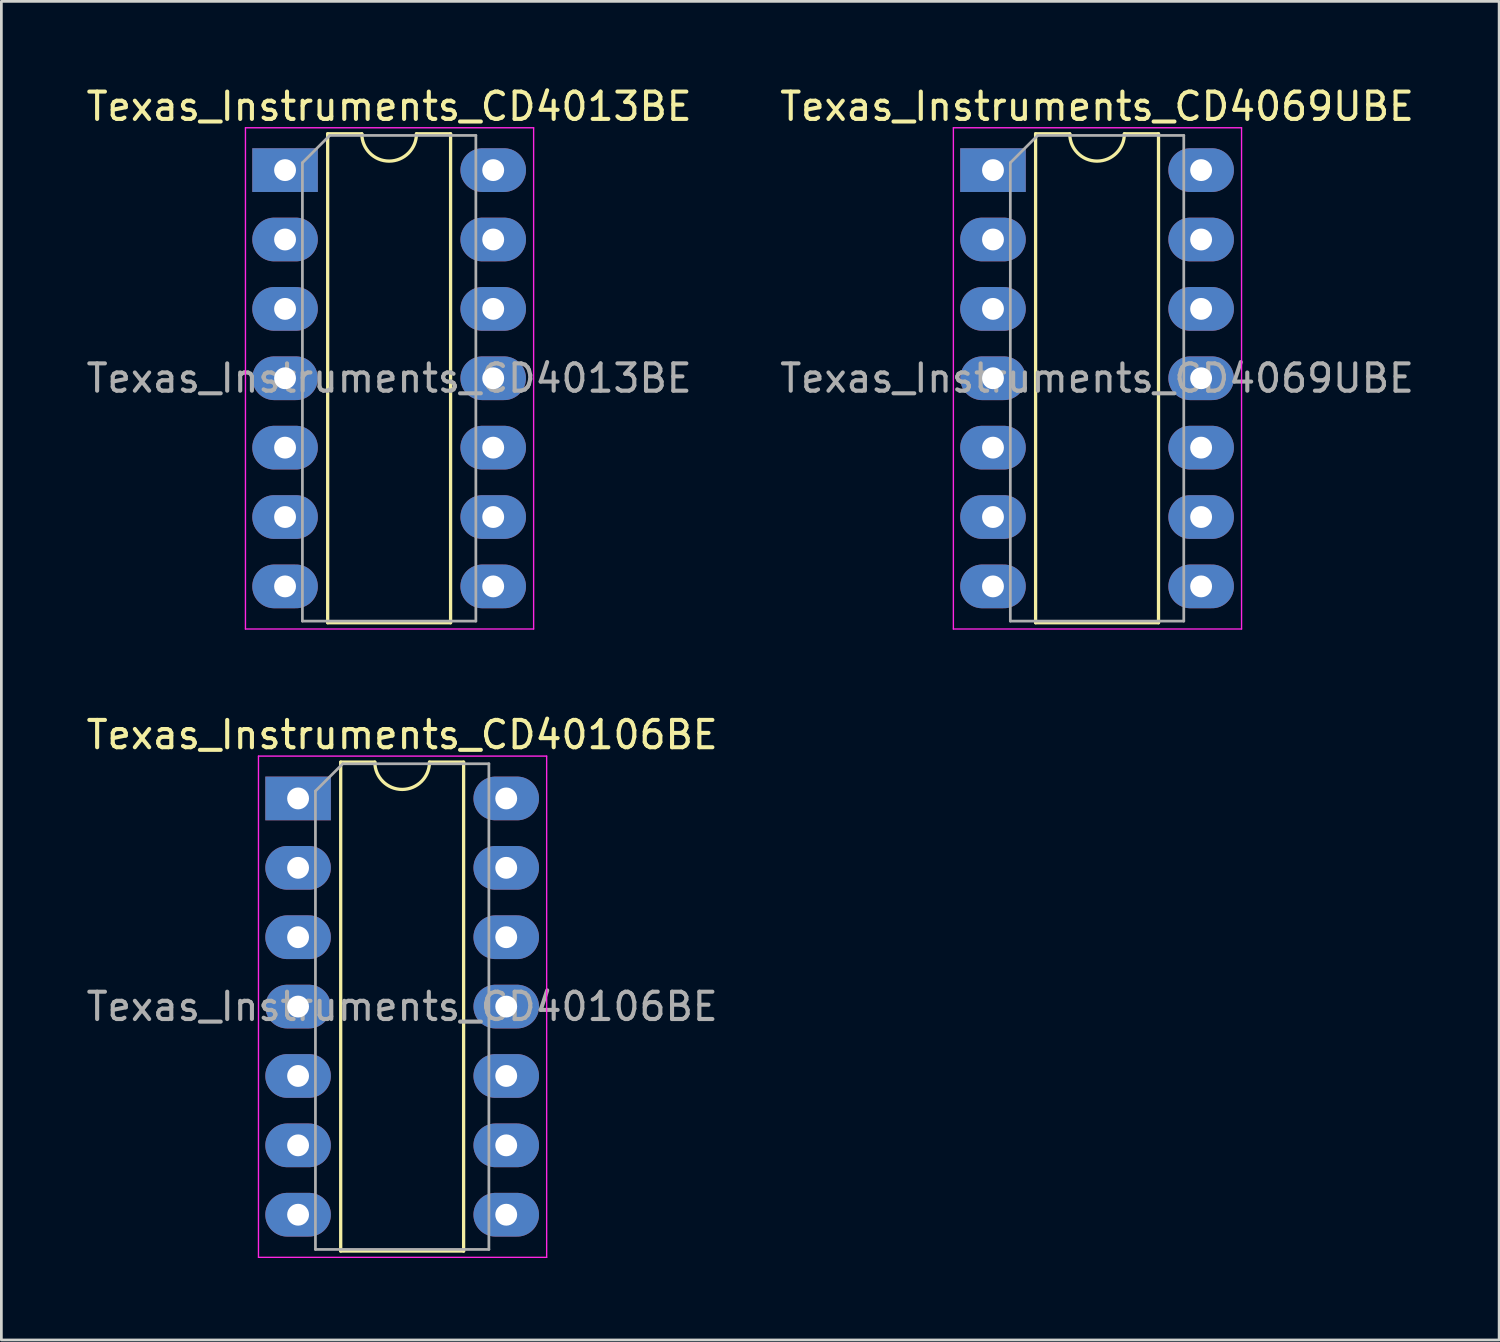
<source format=kicad_pcb>
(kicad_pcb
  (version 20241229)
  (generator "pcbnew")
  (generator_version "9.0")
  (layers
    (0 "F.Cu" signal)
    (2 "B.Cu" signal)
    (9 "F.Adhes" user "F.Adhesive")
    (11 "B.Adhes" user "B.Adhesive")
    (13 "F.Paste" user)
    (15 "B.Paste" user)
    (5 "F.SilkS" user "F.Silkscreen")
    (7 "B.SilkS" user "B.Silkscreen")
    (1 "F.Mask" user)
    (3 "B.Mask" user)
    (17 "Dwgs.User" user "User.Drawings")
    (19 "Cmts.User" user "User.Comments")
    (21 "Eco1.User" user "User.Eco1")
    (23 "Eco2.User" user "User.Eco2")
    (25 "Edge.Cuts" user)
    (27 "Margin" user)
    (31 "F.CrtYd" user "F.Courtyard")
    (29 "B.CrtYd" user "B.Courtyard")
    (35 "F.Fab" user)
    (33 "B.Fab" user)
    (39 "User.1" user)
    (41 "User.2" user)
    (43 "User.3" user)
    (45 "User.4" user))
  (footprint "Texas_Instruments_CD40106BE"
    (layer "F.Cu")
    (at 11.673 33.801)
    (property "Reference" "Texas_Instruments_CD40106BE" (at 0 -9.95 0) (layer "F.SilkS") (effects (font (size 1 1) (thickness 0.15))))
    (attr through_hole)
    (fp_line (start -2.25 -8.95) (end -2.25 8.95) (stroke (width 0.12) (type solid)) (layer "F.SilkS"))
    (fp_line (start -2.25 8.95) (end 2.25 8.95) (stroke (width 0.12) (type solid)) (layer "F.SilkS"))
    (fp_line (start -1 -8.95) (end -2.25 -8.95) (stroke (width 0.12) (type solid)) (layer "F.SilkS"))
    (fp_line (start 2.25 -8.95) (end 1 -8.95) (stroke (width 0.12) (type solid)) (layer "F.SilkS"))
    (fp_line (start 2.25 8.95) (end 2.25 -8.95) (stroke (width 0.12) (type solid)) (layer "F.SilkS"))
    (fp_arc (start 1 -8.95) (mid 0 -7.95) (end -1 -8.95) (stroke (width 0.12) (type solid)) (layer "F.SilkS"))
    (fp_line (start -5.26 -9.17) (end -5.26 9.18) (stroke (width 0.05) (type solid)) (layer "F.CrtYd"))
    (fp_line (start -5.26 9.18) (end 5.29 9.18) (stroke (width 0.05) (type solid)) (layer "F.CrtYd"))
    (fp_line (start 5.29 -9.17) (end -5.26 -9.17) (stroke (width 0.05) (type solid)) (layer "F.CrtYd"))
    (fp_line (start 5.29 9.18) (end 5.29 -9.17) (stroke (width 0.05) (type solid)) (layer "F.CrtYd"))
    (fp_line (start -3.175 -7.89) (end -2.175 -8.89) (stroke (width 0.1) (type solid)) (layer "F.Fab"))
    (fp_line (start -3.175 8.89) (end -3.175 -7.89) (stroke (width 0.1) (type solid)) (layer "F.Fab"))
    (fp_line (start -2.175 -8.89) (end 3.175 -8.89) (stroke (width 0.1) (type solid)) (layer "F.Fab"))
    (fp_line (start 3.175 -8.89) (end 3.175 8.89) (stroke (width 0.1) (type solid)) (layer "F.Fab"))
    (fp_line (start 3.175 8.89) (end -3.175 8.89) (stroke (width 0.1) (type solid)) (layer "F.Fab"))
    (fp_text user "${REFERENCE}" (at 0 0 0) (layer "F.Fab") (effects (font (size 1 1) (thickness 0.15))))
    (pad "1" thru_hole rect (at -3.81 -7.62) (size 2.4 1.6) (drill 0.8) (layers "*.Cu" "*.Mask"))
    (pad "2" thru_hole oval (at -3.81 -5.08) (size 2.4 1.6) (drill 0.8) (layers "*.Cu" "*.Mask"))
    (pad "3" thru_hole oval (at -3.81 -2.54) (size 2.4 1.6) (drill 0.8) (layers "*.Cu" "*.Mask"))
    (pad "4" thru_hole oval (at -3.81 0) (size 2.4 1.6) (drill 0.8) (layers "*.Cu" "*.Mask"))
    (pad "5" thru_hole oval (at -3.81 2.54) (size 2.4 1.6) (drill 0.8) (layers "*.Cu" "*.Mask"))
    (pad "6" thru_hole oval (at -3.81 5.08) (size 2.4 1.6) (drill 0.8) (layers "*.Cu" "*.Mask"))
    (pad "7" thru_hole oval (at -3.81 7.62) (size 2.4 1.6) (drill 0.8) (layers "*.Cu" "*.Mask"))
    (pad "8" thru_hole oval (at 3.81 7.62) (size 2.4 1.6) (drill 0.8) (layers "*.Cu" "*.Mask"))
    (pad "9" thru_hole oval (at 3.81 5.08) (size 2.4 1.6) (drill 0.8) (layers "*.Cu" "*.Mask"))
    (pad "10" thru_hole oval (at 3.81 2.54) (size 2.4 1.6) (drill 0.8) (layers "*.Cu" "*.Mask"))
    (pad "11" thru_hole oval (at 3.81 0) (size 2.4 1.6) (drill 0.8) (layers "*.Cu" "*.Mask"))
    (pad "12" thru_hole oval (at 3.81 -2.54) (size 2.4 1.6) (drill 0.8) (layers "*.Cu" "*.Mask"))
    (pad "13" thru_hole oval (at 3.81 -5.08) (size 2.4 1.6) (drill 0.8) (layers "*.Cu" "*.Mask"))
    (pad "14" thru_hole oval (at 3.81 -7.62) (size 2.4 1.6) (drill 0.8) (layers "*.Cu" "*.Mask")))
  (footprint "Texas_Instruments_CD4069UBE"
    (layer "F.Cu")
    (at 37.113 10.798)
    (property "Reference" "Texas_Instruments_CD4069UBE" (at 0 -9.95 0) (layer "F.SilkS") (effects (font (size 1 1) (thickness 0.15))))
    (attr through_hole)
    (fp_line (start -2.25 -8.95) (end -2.25 8.95) (stroke (width 0.12) (type solid)) (layer "F.SilkS"))
    (fp_line (start -2.25 8.95) (end 2.25 8.95) (stroke (width 0.12) (type solid)) (layer "F.SilkS"))
    (fp_line (start -1 -8.95) (end -2.25 -8.95) (stroke (width 0.12) (type solid)) (layer "F.SilkS"))
    (fp_line (start 2.25 -8.95) (end 1 -8.95) (stroke (width 0.12) (type solid)) (layer "F.SilkS"))
    (fp_line (start 2.25 8.95) (end 2.25 -8.95) (stroke (width 0.12) (type solid)) (layer "F.SilkS"))
    (fp_arc (start 1 -8.95) (mid 0 -7.95) (end -1 -8.95) (stroke (width 0.12) (type solid)) (layer "F.SilkS"))
    (fp_line (start -5.26 -9.17) (end -5.26 9.18) (stroke (width 0.05) (type solid)) (layer "F.CrtYd"))
    (fp_line (start -5.26 9.18) (end 5.29 9.18) (stroke (width 0.05) (type solid)) (layer "F.CrtYd"))
    (fp_line (start 5.29 -9.17) (end -5.26 -9.17) (stroke (width 0.05) (type solid)) (layer "F.CrtYd"))
    (fp_line (start 5.29 9.18) (end 5.29 -9.17) (stroke (width 0.05) (type solid)) (layer "F.CrtYd"))
    (fp_line (start -3.175 -7.89) (end -2.175 -8.89) (stroke (width 0.1) (type solid)) (layer "F.Fab"))
    (fp_line (start -3.175 8.89) (end -3.175 -7.89) (stroke (width 0.1) (type solid)) (layer "F.Fab"))
    (fp_line (start -2.175 -8.89) (end 3.175 -8.89) (stroke (width 0.1) (type solid)) (layer "F.Fab"))
    (fp_line (start 3.175 -8.89) (end 3.175 8.89) (stroke (width 0.1) (type solid)) (layer "F.Fab"))
    (fp_line (start 3.175 8.89) (end -3.175 8.89) (stroke (width 0.1) (type solid)) (layer "F.Fab"))
    (fp_text user "${REFERENCE}" (at 0 0 0) (layer "F.Fab") (effects (font (size 1 1) (thickness 0.15))))
    (pad "1" thru_hole rect (at -3.81 -7.62) (size 2.4 1.6) (drill 0.8) (layers "*.Cu" "*.Mask"))
    (pad "2" thru_hole oval (at -3.81 -5.08) (size 2.4 1.6) (drill 0.8) (layers "*.Cu" "*.Mask"))
    (pad "3" thru_hole oval (at -3.81 -2.54) (size 2.4 1.6) (drill 0.8) (layers "*.Cu" "*.Mask"))
    (pad "4" thru_hole oval (at -3.81 0) (size 2.4 1.6) (drill 0.8) (layers "*.Cu" "*.Mask"))
    (pad "5" thru_hole oval (at -3.81 2.54) (size 2.4 1.6) (drill 0.8) (layers "*.Cu" "*.Mask"))
    (pad "6" thru_hole oval (at -3.81 5.08) (size 2.4 1.6) (drill 0.8) (layers "*.Cu" "*.Mask"))
    (pad "7" thru_hole oval (at -3.81 7.62) (size 2.4 1.6) (drill 0.8) (layers "*.Cu" "*.Mask"))
    (pad "8" thru_hole oval (at 3.81 7.62) (size 2.4 1.6) (drill 0.8) (layers "*.Cu" "*.Mask"))
    (pad "9" thru_hole oval (at 3.81 5.08) (size 2.4 1.6) (drill 0.8) (layers "*.Cu" "*.Mask"))
    (pad "10" thru_hole oval (at 3.81 2.54) (size 2.4 1.6) (drill 0.8) (layers "*.Cu" "*.Mask"))
    (pad "11" thru_hole oval (at 3.81 0) (size 2.4 1.6) (drill 0.8) (layers "*.Cu" "*.Mask"))
    (pad "12" thru_hole oval (at 3.81 -2.54) (size 2.4 1.6) (drill 0.8) (layers "*.Cu" "*.Mask"))
    (pad "13" thru_hole oval (at 3.81 -5.08) (size 2.4 1.6) (drill 0.8) (layers "*.Cu" "*.Mask"))
    (pad "14" thru_hole oval (at 3.81 -7.62) (size 2.4 1.6) (drill 0.8) (layers "*.Cu" "*.Mask")))
  (footprint "Texas_Instruments_CD4013BE"
    (layer "F.Cu")
    (at 11.196 10.798)
    (property "Reference" "Texas_Instruments_CD4013BE" (at 0 -9.95 0) (layer "F.SilkS") (effects (font (size 1 1) (thickness 0.15))))
    (attr through_hole)
    (fp_line (start -2.25 -8.95) (end -2.25 8.95) (stroke (width 0.12) (type solid)) (layer "F.SilkS"))
    (fp_line (start -2.25 8.95) (end 2.25 8.95) (stroke (width 0.12) (type solid)) (layer "F.SilkS"))
    (fp_line (start -1 -8.95) (end -2.25 -8.95) (stroke (width 0.12) (type solid)) (layer "F.SilkS"))
    (fp_line (start 2.25 -8.95) (end 1 -8.95) (stroke (width 0.12) (type solid)) (layer "F.SilkS"))
    (fp_line (start 2.25 8.95) (end 2.25 -8.95) (stroke (width 0.12) (type solid)) (layer "F.SilkS"))
    (fp_arc (start 1 -8.95) (mid 0 -7.95) (end -1 -8.95) (stroke (width 0.12) (type solid)) (layer "F.SilkS"))
    (fp_line (start -5.26 -9.17) (end -5.26 9.18) (stroke (width 0.05) (type solid)) (layer "F.CrtYd"))
    (fp_line (start -5.26 9.18) (end 5.29 9.18) (stroke (width 0.05) (type solid)) (layer "F.CrtYd"))
    (fp_line (start 5.29 -9.17) (end -5.26 -9.17) (stroke (width 0.05) (type solid)) (layer "F.CrtYd"))
    (fp_line (start 5.29 9.18) (end 5.29 -9.17) (stroke (width 0.05) (type solid)) (layer "F.CrtYd"))
    (fp_line (start -3.175 -7.89) (end -2.175 -8.89) (stroke (width 0.1) (type solid)) (layer "F.Fab"))
    (fp_line (start -3.175 8.89) (end -3.175 -7.89) (stroke (width 0.1) (type solid)) (layer "F.Fab"))
    (fp_line (start -2.175 -8.89) (end 3.175 -8.89) (stroke (width 0.1) (type solid)) (layer "F.Fab"))
    (fp_line (start 3.175 -8.89) (end 3.175 8.89) (stroke (width 0.1) (type solid)) (layer "F.Fab"))
    (fp_line (start 3.175 8.89) (end -3.175 8.89) (stroke (width 0.1) (type solid)) (layer "F.Fab"))
    (fp_text user "${REFERENCE}" (at 0 0 0) (layer "F.Fab") (effects (font (size 1 1) (thickness 0.15))))
    (pad "1" thru_hole rect (at -3.81 -7.62) (size 2.4 1.6) (drill 0.8) (layers "*.Cu" "*.Mask"))
    (pad "2" thru_hole oval (at -3.81 -5.08) (size 2.4 1.6) (drill 0.8) (layers "*.Cu" "*.Mask"))
    (pad "3" thru_hole oval (at -3.81 -2.54) (size 2.4 1.6) (drill 0.8) (layers "*.Cu" "*.Mask"))
    (pad "4" thru_hole oval (at -3.81 0) (size 2.4 1.6) (drill 0.8) (layers "*.Cu" "*.Mask"))
    (pad "5" thru_hole oval (at -3.81 2.54) (size 2.4 1.6) (drill 0.8) (layers "*.Cu" "*.Mask"))
    (pad "6" thru_hole oval (at -3.81 5.08) (size 2.4 1.6) (drill 0.8) (layers "*.Cu" "*.Mask"))
    (pad "7" thru_hole oval (at -3.81 7.62) (size 2.4 1.6) (drill 0.8) (layers "*.Cu" "*.Mask"))
    (pad "8" thru_hole oval (at 3.81 7.62) (size 2.4 1.6) (drill 0.8) (layers "*.Cu" "*.Mask"))
    (pad "9" thru_hole oval (at 3.81 5.08) (size 2.4 1.6) (drill 0.8) (layers "*.Cu" "*.Mask"))
    (pad "10" thru_hole oval (at 3.81 2.54) (size 2.4 1.6) (drill 0.8) (layers "*.Cu" "*.Mask"))
    (pad "11" thru_hole oval (at 3.81 0) (size 2.4 1.6) (drill 0.8) (layers "*.Cu" "*.Mask"))
    (pad "12" thru_hole oval (at 3.81 -2.54) (size 2.4 1.6) (drill 0.8) (layers "*.Cu" "*.Mask"))
    (pad "13" thru_hole oval (at 3.81 -5.08) (size 2.4 1.6) (drill 0.8) (layers "*.Cu" "*.Mask"))
    (pad "14" thru_hole oval (at 3.81 -7.62) (size 2.4 1.6) (drill 0.8) (layers "*.Cu" "*.Mask")))
  (gr_rect
    (start -3 -3)
    (end 51.833 46.007)
    (stroke (width 0.1) (type default))
    (fill no)
    (layer "Edge.Cuts")))
</source>
